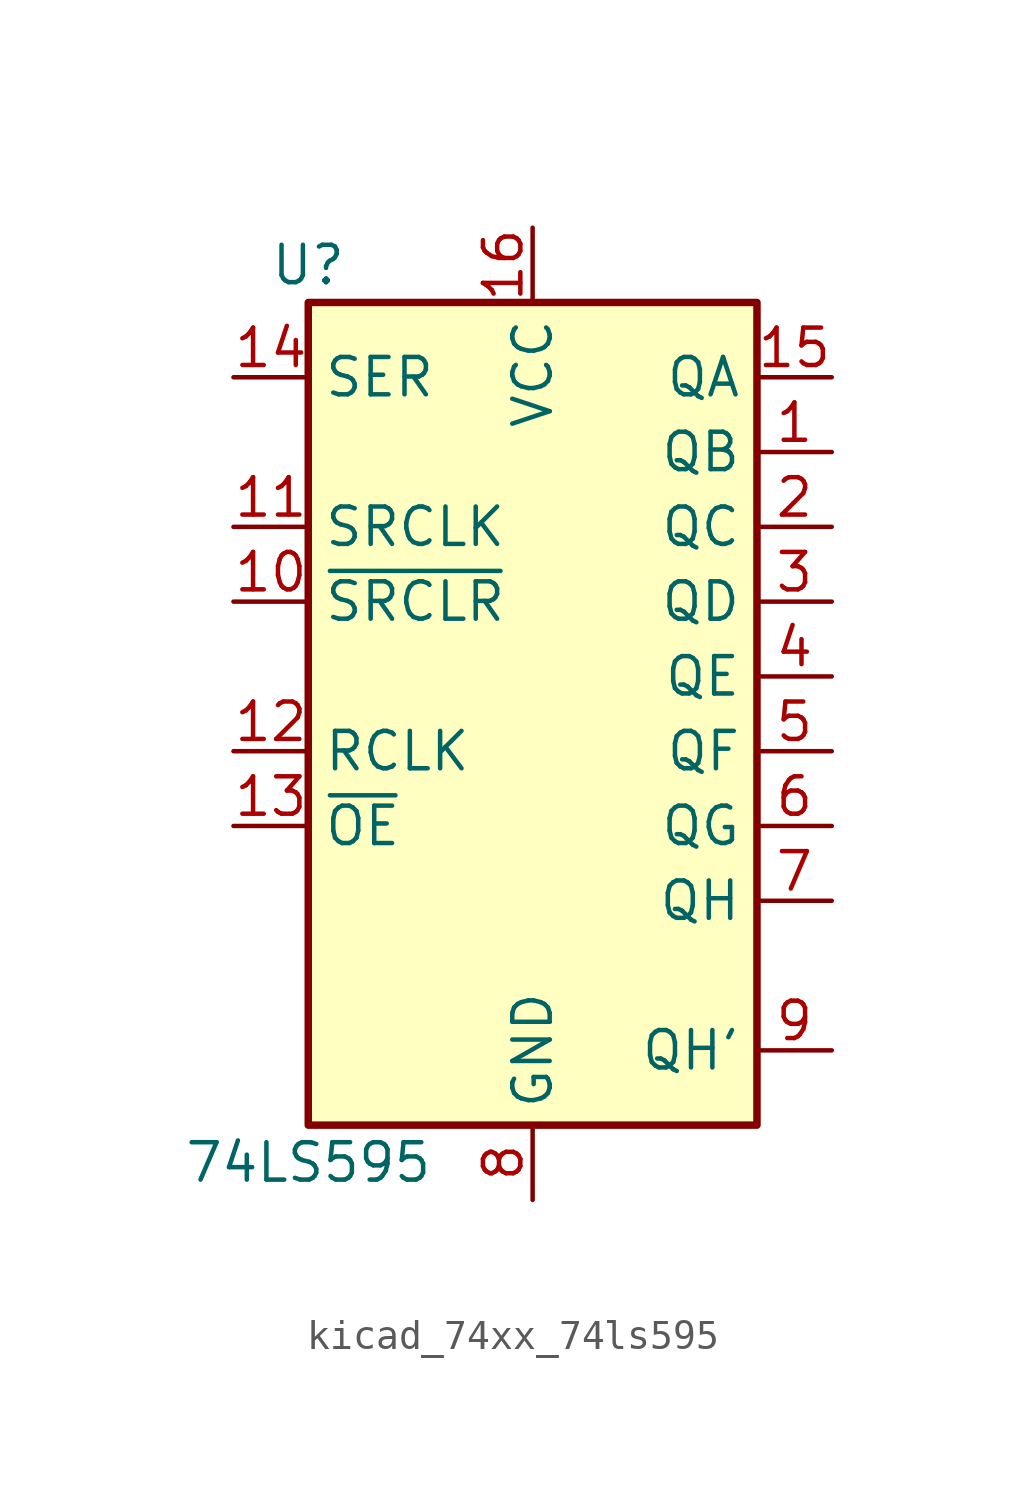
<source format=kicad_sym>
(kicad_symbol_lib
  (version 20220914)
  (generator kicad_symbol_editor)
  (symbol "kicad_74xx_74ls595"
    (property "Reference" "U"
      (at -7.62 13.97 0)
      (effects (font (size 1.27 1.27))))
    (property "Value" "74LS595"
      (at -7.62 -16.51 0)
      (effects (font (size 1.27 1.27))))
    (symbol "kicad_74xx_74ls595_1_0"
      (pin tri_state line (at 10.16 7.62 180) (length 2.54) (name "QB" (effects (font (size 1.27 1.27)))) (number "1" (effects (font (size 1.27 1.27)))))
      (pin input line (at -10.16 2.54 0) (length 2.54) (name "~{SRCLR}" (effects (font (size 1.27 1.27)))) (number "10" (effects (font (size 1.27 1.27)))))
      (pin input line (at -10.16 5.08 0) (length 2.54) (name "SRCLK" (effects (font (size 1.27 1.27)))) (number "11" (effects (font (size 1.27 1.27)))))
      (pin input line (at -10.16 -2.54 0) (length 2.54) (name "RCLK" (effects (font (size 1.27 1.27)))) (number "12" (effects (font (size 1.27 1.27)))))
      (pin input line (at -10.16 -5.08 0) (length 2.54) (name "~{OE}" (effects (font (size 1.27 1.27)))) (number "13" (effects (font (size 1.27 1.27)))))
      (pin input line (at -10.16 10.16 0) (length 2.54) (name "SER" (effects (font (size 1.27 1.27)))) (number "14" (effects (font (size 1.27 1.27)))))
      (pin tri_state line (at 10.16 10.16 180) (length 2.54) (name "QA" (effects (font (size 1.27 1.27)))) (number "15" (effects (font (size 1.27 1.27)))))
      (pin power_in line (at 0 15.24 270) (length 2.54) (name "VCC" (effects (font (size 1.27 1.27)))) (number "16" (effects (font (size 1.27 1.27)))))
      (pin tri_state line (at 10.16 5.08 180) (length 2.54) (name "QC" (effects (font (size 1.27 1.27)))) (number "2" (effects (font (size 1.27 1.27)))))
      (pin tri_state line (at 10.16 2.54 180) (length 2.54) (name "QD" (effects (font (size 1.27 1.27)))) (number "3" (effects (font (size 1.27 1.27)))))
      (pin tri_state line (at 10.16 0 180) (length 2.54) (name "QE" (effects (font (size 1.27 1.27)))) (number "4" (effects (font (size 1.27 1.27)))))
      (pin tri_state line (at 10.16 -2.54 180) (length 2.54) (name "QF" (effects (font (size 1.27 1.27)))) (number "5" (effects (font (size 1.27 1.27)))))
      (pin tri_state line (at 10.16 -5.08 180) (length 2.54) (name "QG" (effects (font (size 1.27 1.27)))) (number "6" (effects (font (size 1.27 1.27)))))
      (pin tri_state line (at 10.16 -7.62 180) (length 2.54) (name "QH" (effects (font (size 1.27 1.27)))) (number "7" (effects (font (size 1.27 1.27)))))
      (pin power_in line (at 0 -17.78 90) (length 2.54) (name "GND" (effects (font (size 1.27 1.27)))) (number "8" (effects (font (size 1.27 1.27)))))
      (pin output line (at 10.16 -12.7 180) (length 2.54) (name "QH'" (effects (font (size 1.27 1.27)))) (number "9" (effects (font (size 1.27 1.27))))))
    (symbol "kicad_74xx_74ls595_1_1"
      (rectangle (start -7.62 12.7) (end 7.62 -15.24) (stroke (width 0.254) (type default)) (fill (type background))))))
</source>
